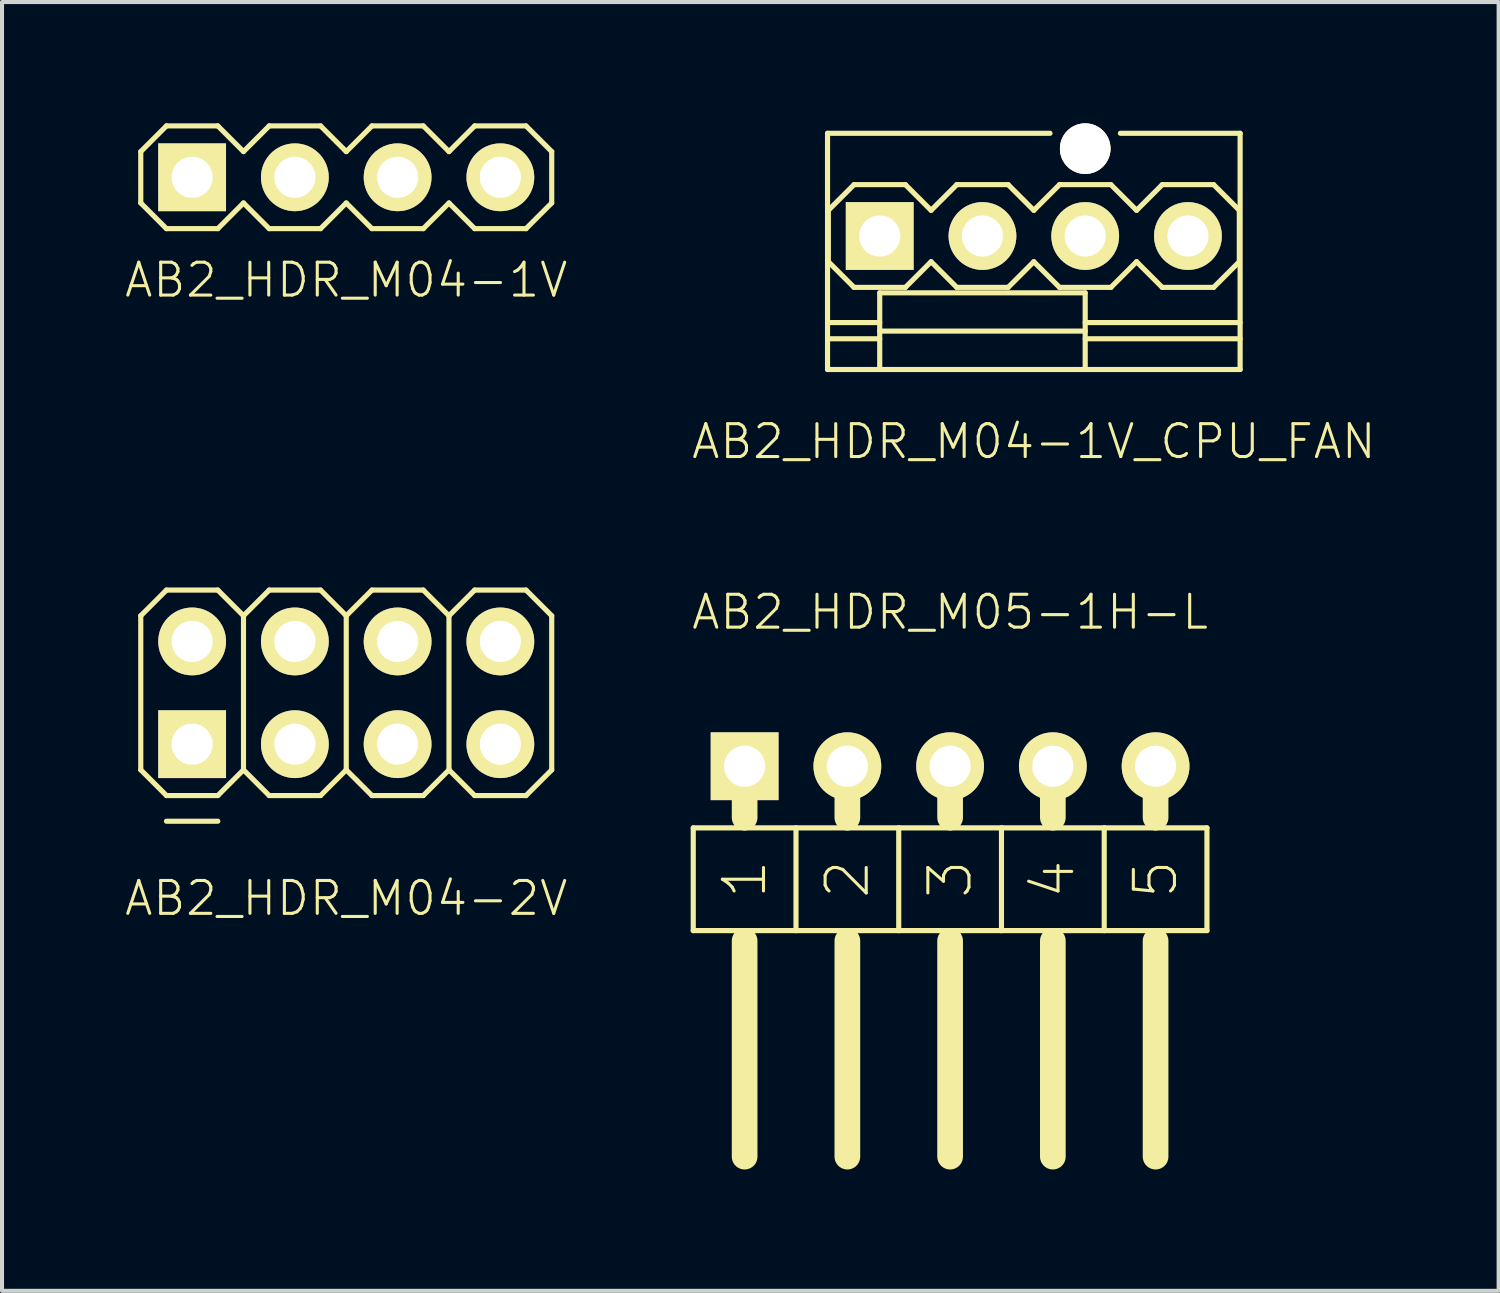
<source format=kicad_pcb>
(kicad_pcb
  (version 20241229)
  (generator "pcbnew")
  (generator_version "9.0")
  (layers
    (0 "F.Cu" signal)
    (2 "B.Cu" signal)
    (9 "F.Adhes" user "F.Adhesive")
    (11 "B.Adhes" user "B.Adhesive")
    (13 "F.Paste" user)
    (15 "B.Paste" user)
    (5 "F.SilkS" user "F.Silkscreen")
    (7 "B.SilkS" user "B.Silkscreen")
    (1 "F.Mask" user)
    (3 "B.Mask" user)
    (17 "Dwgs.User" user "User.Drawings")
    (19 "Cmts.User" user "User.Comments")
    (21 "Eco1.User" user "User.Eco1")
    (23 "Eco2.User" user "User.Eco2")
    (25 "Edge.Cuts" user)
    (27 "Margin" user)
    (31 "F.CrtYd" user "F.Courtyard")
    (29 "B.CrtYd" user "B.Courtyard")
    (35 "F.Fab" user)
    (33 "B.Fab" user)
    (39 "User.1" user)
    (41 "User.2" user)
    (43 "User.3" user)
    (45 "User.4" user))
  (footprint "AB2_HDR_M05-1H-L"
    (layer "F.Cu")
    (at 20.439 15.893)
    (property "Reference" "AB2_HDR_M05-1H-L" (at 0 -3.81 0) (layer "F.SilkS") (effects (font (size 0.813 0.813) (thickness 0.076))))
    (attr through_hole)
    (fp_line (start -6.35 1.524) (end -6.35 4.064) (stroke (width 0.127) (type solid)) (layer "F.SilkS"))
    (fp_line (start -6.35 4.064) (end -5.08 4.064) (stroke (width 0.127) (type solid)) (layer "F.SilkS"))
    (fp_line (start -5.08 0) (end -5.08 1.27) (stroke (width 0.635) (type solid)) (layer "F.SilkS"))
    (fp_line (start -5.08 1.524) (end -6.35 1.524) (stroke (width 0.127) (type solid)) (layer "F.SilkS"))
    (fp_line (start -5.08 4.064) (end -3.81 4.064) (stroke (width 0.127) (type solid)) (layer "F.SilkS"))
    (fp_line (start -5.08 4.318) (end -5.08 9.652) (stroke (width 0.635) (type solid)) (layer "F.SilkS"))
    (fp_line (start -3.81 1.524) (end -5.08 1.524) (stroke (width 0.127) (type solid)) (layer "F.SilkS"))
    (fp_line (start -3.81 4.064) (end -3.81 1.524) (stroke (width 0.127) (type solid)) (layer "F.SilkS"))
    (fp_line (start -3.81 4.064) (end -2.54 4.064) (stroke (width 0.127) (type solid)) (layer "F.SilkS"))
    (fp_line (start -2.54 0) (end -2.54 1.27) (stroke (width 0.635) (type solid)) (layer "F.SilkS"))
    (fp_line (start -2.54 1.524) (end -3.81 1.524) (stroke (width 0.127) (type solid)) (layer "F.SilkS"))
    (fp_line (start -2.54 4.064) (end -1.27 4.064) (stroke (width 0.127) (type solid)) (layer "F.SilkS"))
    (fp_line (start -2.54 4.318) (end -2.54 9.652) (stroke (width 0.635) (type solid)) (layer "F.SilkS"))
    (fp_line (start -1.27 1.524) (end -2.54 1.524) (stroke (width 0.127) (type solid)) (layer "F.SilkS"))
    (fp_line (start -1.27 4.064) (end -1.27 1.524) (stroke (width 0.127) (type solid)) (layer "F.SilkS"))
    (fp_line (start -1.27 4.064) (end 0 4.064) (stroke (width 0.127) (type solid)) (layer "F.SilkS"))
    (fp_line (start 0 0) (end 0 1.27) (stroke (width 0.635) (type solid)) (layer "F.SilkS"))
    (fp_line (start 0 1.524) (end -1.27 1.524) (stroke (width 0.127) (type solid)) (layer "F.SilkS"))
    (fp_line (start 0 4.064) (end 1.27 4.064) (stroke (width 0.127) (type solid)) (layer "F.SilkS"))
    (fp_line (start 0 4.318) (end 0 9.652) (stroke (width 0.635) (type solid)) (layer "F.SilkS"))
    (fp_line (start 1.27 1.524) (end 0 1.524) (stroke (width 0.127) (type solid)) (layer "F.SilkS"))
    (fp_line (start 1.27 4.064) (end 1.27 1.524) (stroke (width 0.127) (type solid)) (layer "F.SilkS"))
    (fp_line (start 1.27 4.064) (end 2.54 4.064) (stroke (width 0.127) (type solid)) (layer "F.SilkS"))
    (fp_line (start 2.54 0) (end 2.54 1.27) (stroke (width 0.635) (type solid)) (layer "F.SilkS"))
    (fp_line (start 2.54 1.524) (end 1.27 1.524) (stroke (width 0.127) (type solid)) (layer "F.SilkS"))
    (fp_line (start 2.54 4.064) (end 3.81 4.064) (stroke (width 0.127) (type solid)) (layer "F.SilkS"))
    (fp_line (start 2.54 4.318) (end 2.54 9.652) (stroke (width 0.635) (type solid)) (layer "F.SilkS"))
    (fp_line (start 3.81 1.524) (end 2.54 1.524) (stroke (width 0.127) (type solid)) (layer "F.SilkS"))
    (fp_line (start 3.81 4.064) (end 3.81 1.524) (stroke (width 0.127) (type solid)) (layer "F.SilkS"))
    (fp_line (start 3.81 4.064) (end 5.08 4.064) (stroke (width 0.127) (type solid)) (layer "F.SilkS"))
    (fp_line (start 5.08 0) (end 5.08 1.27) (stroke (width 0.635) (type solid)) (layer "F.SilkS"))
    (fp_line (start 5.08 1.524) (end 3.81 1.524) (stroke (width 0.127) (type solid)) (layer "F.SilkS"))
    (fp_line (start 5.08 4.064) (end 6.35 4.064) (stroke (width 0.127) (type solid)) (layer "F.SilkS"))
    (fp_line (start 5.08 4.318) (end 5.08 9.652) (stroke (width 0.635) (type solid)) (layer "F.SilkS"))
    (fp_line (start 6.35 1.524) (end 5.08 1.524) (stroke (width 0.127) (type solid)) (layer "F.SilkS"))
    (fp_line (start 6.35 4.064) (end 6.35 1.524) (stroke (width 0.127) (type solid)) (layer "F.SilkS"))
    (fp_text user "2" (at -2.54 2.794 90) (layer "F.SilkS") (effects (font (size 1.016 1.016) (thickness 0.076))))
    (fp_text user "1" (at -5.08 2.794 90) (layer "F.SilkS") (effects (font (size 1.016 1.016) (thickness 0.076))))
    (fp_text user "4" (at 2.54 2.794 90) (layer "F.SilkS") (effects (font (size 1.016 1.016) (thickness 0.076))))
    (fp_text user "5" (at 5.08 2.794 90) (layer "F.SilkS") (effects (font (size 1.016 1.016) (thickness 0.076))))
    (fp_text user "3" (at 0 2.794 90) (layer "F.SilkS") (effects (font (size 1.016 1.016) (thickness 0.076))))
    (pad "1" thru_hole rect (at -5.08 0) (size 1.676 1.676) (drill 1.016) (layers "*.Cu" "*.Mask" "F.SilkS"))
    (pad "2" thru_hole circle (at -2.54 0) (size 1.676 1.676) (drill 1.016) (layers "*.Cu" "*.Mask" "F.SilkS"))
    (pad "3" thru_hole circle (at 0 0) (size 1.676 1.676) (drill 1.016) (layers "*.Cu" "*.Mask" "F.SilkS"))
    (pad "4" thru_hole circle (at 2.54 0) (size 1.676 1.676) (drill 1.016) (layers "*.Cu" "*.Mask" "F.SilkS"))
    (pad "5" thru_hole circle (at 5.08 0) (size 1.676 1.676) (drill 1.016) (layers "*.Cu" "*.Mask" "F.SilkS")))
  (footprint "AB2_HDR_M04-1V_CPU_FAN"
    (layer "F.Cu")
    (at 22.509 2.785)
    (property "Reference" "AB2_HDR_M04-1V_CPU_FAN" (at 0 5.08 0) (layer "F.SilkS") (effects (font (size 0.813 0.813) (thickness 0.076))))
    (attr through_hole)
    (fp_line (start -5.1 -2.54) (end -5.1 3.3) (stroke (width 0.127) (type solid)) (layer "F.SilkS"))
    (fp_line (start -5.1 -2.54) (end 0.4 -2.54) (stroke (width 0.127) (type solid)) (layer "F.SilkS"))
    (fp_line (start -5.1 2.14) (end -3.81 2.14) (stroke (width 0.127) (type solid)) (layer "F.SilkS"))
    (fp_line (start -5.1 2.54) (end -3.81 2.54) (stroke (width 0.127) (type solid)) (layer "F.SilkS"))
    (fp_line (start -5.1 3.3) (end 5.1 3.3) (stroke (width 0.127) (type solid)) (layer "F.SilkS"))
    (fp_line (start -5.08 -0.635) (end -4.445 -1.27) (stroke (width 0.127) (type solid)) (layer "F.SilkS"))
    (fp_line (start -5.08 0.635) (end -5.08 -0.635) (stroke (width 0.127) (type solid)) (layer "F.SilkS"))
    (fp_line (start -4.445 -1.27) (end -3.175 -1.27) (stroke (width 0.127) (type solid)) (layer "F.SilkS"))
    (fp_line (start -4.445 1.27) (end -5.08 0.635) (stroke (width 0.127) (type solid)) (layer "F.SilkS"))
    (fp_line (start -3.81 1.405) (end -3.81 3.3) (stroke (width 0.127) (type solid)) (layer "F.SilkS"))
    (fp_line (start -3.81 1.405) (end 1.27 1.405) (stroke (width 0.127) (type solid)) (layer "F.SilkS"))
    (fp_line (start -3.81 2.35) (end 1.27 2.35) (stroke (width 0.127) (type solid)) (layer "F.SilkS"))
    (fp_line (start -3.175 -1.27) (end -2.54 -0.635) (stroke (width 0.127) (type solid)) (layer "F.SilkS"))
    (fp_line (start -3.175 1.27) (end -4.445 1.27) (stroke (width 0.127) (type solid)) (layer "F.SilkS"))
    (fp_line (start -2.54 -0.635) (end -1.905 -1.27) (stroke (width 0.127) (type solid)) (layer "F.SilkS"))
    (fp_line (start -2.54 0.635) (end -3.175 1.27) (stroke (width 0.127) (type solid)) (layer "F.SilkS"))
    (fp_line (start -1.905 -1.27) (end -0.635 -1.27) (stroke (width 0.127) (type solid)) (layer "F.SilkS"))
    (fp_line (start -1.905 1.27) (end -2.54 0.635) (stroke (width 0.127) (type solid)) (layer "F.SilkS"))
    (fp_line (start -0.635 -1.27) (end 0 -0.635) (stroke (width 0.127) (type solid)) (layer "F.SilkS"))
    (fp_line (start -0.635 1.27) (end -1.905 1.27) (stroke (width 0.127) (type solid)) (layer "F.SilkS"))
    (fp_line (start 0 -0.635) (end 0.635 -1.27) (stroke (width 0.127) (type solid)) (layer "F.SilkS"))
    (fp_line (start 0 0.635) (end -0.635 1.27) (stroke (width 0.127) (type solid)) (layer "F.SilkS"))
    (fp_line (start 0.635 -1.27) (end 1.905 -1.27) (stroke (width 0.127) (type solid)) (layer "F.SilkS"))
    (fp_line (start 0.635 1.27) (end 0 0.635) (stroke (width 0.127) (type solid)) (layer "F.SilkS"))
    (fp_line (start 1.27 1.405) (end 1.27 3.3) (stroke (width 0.127) (type solid)) (layer "F.SilkS"))
    (fp_line (start 1.27 2.14) (end 5.1 2.14) (stroke (width 0.127) (type solid)) (layer "F.SilkS"))
    (fp_line (start 1.27 2.54) (end 5.1 2.54) (stroke (width 0.127) (type solid)) (layer "F.SilkS"))
    (fp_line (start 1.905 -1.27) (end 2.54 -0.635) (stroke (width 0.127) (type solid)) (layer "F.SilkS"))
    (fp_line (start 1.905 1.27) (end 0.635 1.27) (stroke (width 0.127) (type solid)) (layer "F.SilkS"))
    (fp_line (start 2.54 -0.635) (end 3.175 -1.27) (stroke (width 0.127) (type solid)) (layer "F.SilkS"))
    (fp_line (start 2.54 0.635) (end 1.905 1.27) (stroke (width 0.127) (type solid)) (layer "F.SilkS"))
    (fp_line (start 3.175 -1.27) (end 4.445 -1.27) (stroke (width 0.127) (type solid)) (layer "F.SilkS"))
    (fp_line (start 3.175 1.27) (end 2.54 0.635) (stroke (width 0.127) (type solid)) (layer "F.SilkS"))
    (fp_line (start 4.445 -1.27) (end 5.08 -0.635) (stroke (width 0.127) (type solid)) (layer "F.SilkS"))
    (fp_line (start 4.445 1.27) (end 3.175 1.27) (stroke (width 0.127) (type solid)) (layer "F.SilkS"))
    (fp_line (start 5.08 -0.635) (end 5.08 0.635) (stroke (width 0.127) (type solid)) (layer "F.SilkS"))
    (fp_line (start 5.08 0.635) (end 4.445 1.27) (stroke (width 0.127) (type solid)) (layer "F.SilkS"))
    (fp_line (start 5.1 -2.54) (end 2.14 -2.54) (stroke (width 0.127) (type solid)) (layer "F.SilkS"))
    (fp_line (start 5.1 3.3) (end 5.1 -2.54) (stroke (width 0.127) (type solid)) (layer "F.SilkS"))
    (pad "" thru_hole circle (at 1.27 -2.16) (size 1.25 1.25) (drill 1.25) (layers "*.Cu" "*.Mask" "F.SilkS"))
    (pad "1" thru_hole rect (at -3.81 0) (size 1.676 1.676) (drill 1.016) (layers "*.Cu" "*.Mask" "F.SilkS"))
    (pad "2" thru_hole circle (at -1.27 0) (size 1.676 1.676) (drill 1.016) (layers "*.Cu" "*.Mask" "F.SilkS"))
    (pad "3" thru_hole circle (at 1.27 0) (size 1.676 1.676) (drill 1.016) (layers "*.Cu" "*.Mask" "F.SilkS"))
    (pad "4" thru_hole circle (at 3.81 0) (size 1.676 1.676) (drill 1.016) (layers "*.Cu" "*.Mask" "F.SilkS")))
  (footprint "AB2_HDR_M04-1V"
    (layer "F.Cu")
    (at 5.51 1.333)
    (property "Reference" "AB2_HDR_M04-1V" (at 0 2.54 0) (layer "F.SilkS") (effects (font (size 0.813 0.813) (thickness 0.076))))
    (attr through_hole)
    (fp_line (start -5.08 -0.635) (end -4.445 -1.27) (stroke (width 0.127) (type solid)) (layer "F.SilkS"))
    (fp_line (start -5.08 0.635) (end -5.08 -0.635) (stroke (width 0.127) (type solid)) (layer "F.SilkS"))
    (fp_line (start -4.445 -1.27) (end -3.175 -1.27) (stroke (width 0.127) (type solid)) (layer "F.SilkS"))
    (fp_line (start -4.445 1.27) (end -5.08 0.635) (stroke (width 0.127) (type solid)) (layer "F.SilkS"))
    (fp_line (start -3.175 -1.27) (end -2.54 -0.635) (stroke (width 0.127) (type solid)) (layer "F.SilkS"))
    (fp_line (start -3.175 1.27) (end -4.445 1.27) (stroke (width 0.127) (type solid)) (layer "F.SilkS"))
    (fp_line (start -2.54 -0.635) (end -1.905 -1.27) (stroke (width 0.127) (type solid)) (layer "F.SilkS"))
    (fp_line (start -2.54 0.635) (end -3.175 1.27) (stroke (width 0.127) (type solid)) (layer "F.SilkS"))
    (fp_line (start -1.905 -1.27) (end -0.635 -1.27) (stroke (width 0.127) (type solid)) (layer "F.SilkS"))
    (fp_line (start -1.905 1.27) (end -2.54 0.635) (stroke (width 0.127) (type solid)) (layer "F.SilkS"))
    (fp_line (start -0.635 -1.27) (end 0 -0.635) (stroke (width 0.127) (type solid)) (layer "F.SilkS"))
    (fp_line (start -0.635 1.27) (end -1.905 1.27) (stroke (width 0.127) (type solid)) (layer "F.SilkS"))
    (fp_line (start 0 -0.635) (end 0.635 -1.27) (stroke (width 0.127) (type solid)) (layer "F.SilkS"))
    (fp_line (start 0 0.635) (end -0.635 1.27) (stroke (width 0.127) (type solid)) (layer "F.SilkS"))
    (fp_line (start 0.635 -1.27) (end 1.905 -1.27) (stroke (width 0.127) (type solid)) (layer "F.SilkS"))
    (fp_line (start 0.635 1.27) (end 0 0.635) (stroke (width 0.127) (type solid)) (layer "F.SilkS"))
    (fp_line (start 1.905 -1.27) (end 2.54 -0.635) (stroke (width 0.127) (type solid)) (layer "F.SilkS"))
    (fp_line (start 1.905 1.27) (end 0.635 1.27) (stroke (width 0.127) (type solid)) (layer "F.SilkS"))
    (fp_line (start 2.54 -0.635) (end 3.175 -1.27) (stroke (width 0.127) (type solid)) (layer "F.SilkS"))
    (fp_line (start 2.54 0.635) (end 1.905 1.27) (stroke (width 0.127) (type solid)) (layer "F.SilkS"))
    (fp_line (start 3.175 -1.27) (end 4.445 -1.27) (stroke (width 0.127) (type solid)) (layer "F.SilkS"))
    (fp_line (start 3.175 1.27) (end 2.54 0.635) (stroke (width 0.127) (type solid)) (layer "F.SilkS"))
    (fp_line (start 4.445 -1.27) (end 5.08 -0.635) (stroke (width 0.127) (type solid)) (layer "F.SilkS"))
    (fp_line (start 4.445 1.27) (end 3.175 1.27) (stroke (width 0.127) (type solid)) (layer "F.SilkS"))
    (fp_line (start 5.08 -0.635) (end 5.08 0.635) (stroke (width 0.127) (type solid)) (layer "F.SilkS"))
    (fp_line (start 5.08 0.635) (end 4.445 1.27) (stroke (width 0.127) (type solid)) (layer "F.SilkS"))
    (pad "1" thru_hole rect (at -3.81 0) (size 1.676 1.676) (drill 1.016) (layers "*.Cu" "*.Mask" "F.SilkS"))
    (pad "2" thru_hole circle (at -1.27 0) (size 1.676 1.676) (drill 1.016) (layers "*.Cu" "*.Mask" "F.SilkS"))
    (pad "3" thru_hole circle (at 1.27 0) (size 1.676 1.676) (drill 1.016) (layers "*.Cu" "*.Mask" "F.SilkS"))
    (pad "4" thru_hole circle (at 3.81 0) (size 1.676 1.676) (drill 1.016) (layers "*.Cu" "*.Mask" "F.SilkS")))
  (footprint "AB2_HDR_M04-2V"
    (layer "F.Cu")
    (at 5.51 14.078)
    (property "Reference" "AB2_HDR_M04-2V" (at 0 5.08 0) (layer "F.SilkS") (effects (font (size 0.813 0.813) (thickness 0.076))))
    (attr through_hole)
    (fp_line (start -5.08 -1.905) (end -4.445 -2.54) (stroke (width 0.127) (type solid)) (layer "F.SilkS"))
    (fp_line (start -5.08 1.905) (end -5.08 -1.905) (stroke (width 0.127) (type solid)) (layer "F.SilkS"))
    (fp_line (start -4.445 -2.54) (end -3.175 -2.54) (stroke (width 0.127) (type solid)) (layer "F.SilkS"))
    (fp_line (start -4.445 2.54) (end -5.08 1.905) (stroke (width 0.127) (type solid)) (layer "F.SilkS"))
    (fp_line (start -4.445 3.175) (end -3.175 3.175) (stroke (width 0.127) (type solid)) (layer "F.SilkS"))
    (fp_line (start -3.175 -2.54) (end -2.54 -1.905) (stroke (width 0.127) (type solid)) (layer "F.SilkS"))
    (fp_line (start -3.175 2.54) (end -4.445 2.54) (stroke (width 0.127) (type solid)) (layer "F.SilkS"))
    (fp_line (start -2.54 -1.905) (end -2.54 1.905) (stroke (width 0.127) (type solid)) (layer "F.SilkS"))
    (fp_line (start -2.54 -1.905) (end -1.905 -2.54) (stroke (width 0.127) (type solid)) (layer "F.SilkS"))
    (fp_line (start -2.54 1.905) (end -3.175 2.54) (stroke (width 0.127) (type solid)) (layer "F.SilkS"))
    (fp_line (start -1.905 -2.54) (end -0.635 -2.54) (stroke (width 0.127) (type solid)) (layer "F.SilkS"))
    (fp_line (start -1.905 2.54) (end -2.54 1.905) (stroke (width 0.127) (type solid)) (layer "F.SilkS"))
    (fp_line (start -0.635 -2.54) (end 0 -1.905) (stroke (width 0.127) (type solid)) (layer "F.SilkS"))
    (fp_line (start -0.635 2.54) (end -1.905 2.54) (stroke (width 0.127) (type solid)) (layer "F.SilkS"))
    (fp_line (start 0 -1.905) (end 0 1.905) (stroke (width 0.127) (type solid)) (layer "F.SilkS"))
    (fp_line (start 0 -1.905) (end 0.635 -2.54) (stroke (width 0.127) (type solid)) (layer "F.SilkS"))
    (fp_line (start 0 1.905) (end -0.635 2.54) (stroke (width 0.127) (type solid)) (layer "F.SilkS"))
    (fp_line (start 0.635 -2.54) (end 1.905 -2.54) (stroke (width 0.127) (type solid)) (layer "F.SilkS"))
    (fp_line (start 0.635 2.54) (end 0 1.905) (stroke (width 0.127) (type solid)) (layer "F.SilkS"))
    (fp_line (start 1.905 -2.54) (end 2.54 -1.905) (stroke (width 0.127) (type solid)) (layer "F.SilkS"))
    (fp_line (start 1.905 2.54) (end 0.635 2.54) (stroke (width 0.127) (type solid)) (layer "F.SilkS"))
    (fp_line (start 2.54 -1.905) (end 2.54 1.905) (stroke (width 0.127) (type solid)) (layer "F.SilkS"))
    (fp_line (start 2.54 -1.905) (end 3.175 -2.54) (stroke (width 0.127) (type solid)) (layer "F.SilkS"))
    (fp_line (start 2.54 1.905) (end 1.905 2.54) (stroke (width 0.127) (type solid)) (layer "F.SilkS"))
    (fp_line (start 3.175 -2.54) (end 4.445 -2.54) (stroke (width 0.127) (type solid)) (layer "F.SilkS"))
    (fp_line (start 3.175 2.54) (end 2.54 1.905) (stroke (width 0.127) (type solid)) (layer "F.SilkS"))
    (fp_line (start 4.445 -2.54) (end 5.08 -1.905) (stroke (width 0.127) (type solid)) (layer "F.SilkS"))
    (fp_line (start 4.445 2.54) (end 3.175 2.54) (stroke (width 0.127) (type solid)) (layer "F.SilkS"))
    (fp_line (start 5.08 -1.905) (end 5.08 1.905) (stroke (width 0.127) (type solid)) (layer "F.SilkS"))
    (fp_line (start 5.08 1.905) (end 4.445 2.54) (stroke (width 0.127) (type solid)) (layer "F.SilkS"))
    (pad "1" thru_hole rect (at -3.81 1.27) (size 1.676 1.676) (drill 1.016) (layers "*.Cu" "*.Mask" "F.SilkS"))
    (pad "2" thru_hole circle (at -3.81 -1.27) (size 1.676 1.676) (drill 1.016) (layers "*.Cu" "*.Mask" "F.SilkS"))
    (pad "3" thru_hole circle (at -1.27 1.27) (size 1.676 1.676) (drill 1.016) (layers "*.Cu" "*.Mask" "F.SilkS"))
    (pad "4" thru_hole circle (at -1.27 -1.27) (size 1.676 1.676) (drill 1.016) (layers "*.Cu" "*.Mask" "F.SilkS"))
    (pad "5" thru_hole circle (at 1.27 1.27) (size 1.676 1.676) (drill 1.016) (layers "*.Cu" "*.Mask" "F.SilkS"))
    (pad "6" thru_hole circle (at 1.27 -1.27) (size 1.676 1.676) (drill 1.016) (layers "*.Cu" "*.Mask" "F.SilkS"))
    (pad "7" thru_hole circle (at 3.81 1.27) (size 1.676 1.676) (drill 1.016) (layers "*.Cu" "*.Mask" "F.SilkS"))
    (pad "8" thru_hole circle (at 3.81 -1.27) (size 1.676 1.676) (drill 1.016) (layers "*.Cu" "*.Mask" "F.SilkS")))
  (gr_rect
    (start -3 -3)
    (end 34 28.863)
    (stroke (width 0.1) (type default))
    (fill no)
    (layer "Edge.Cuts")))
</source>
